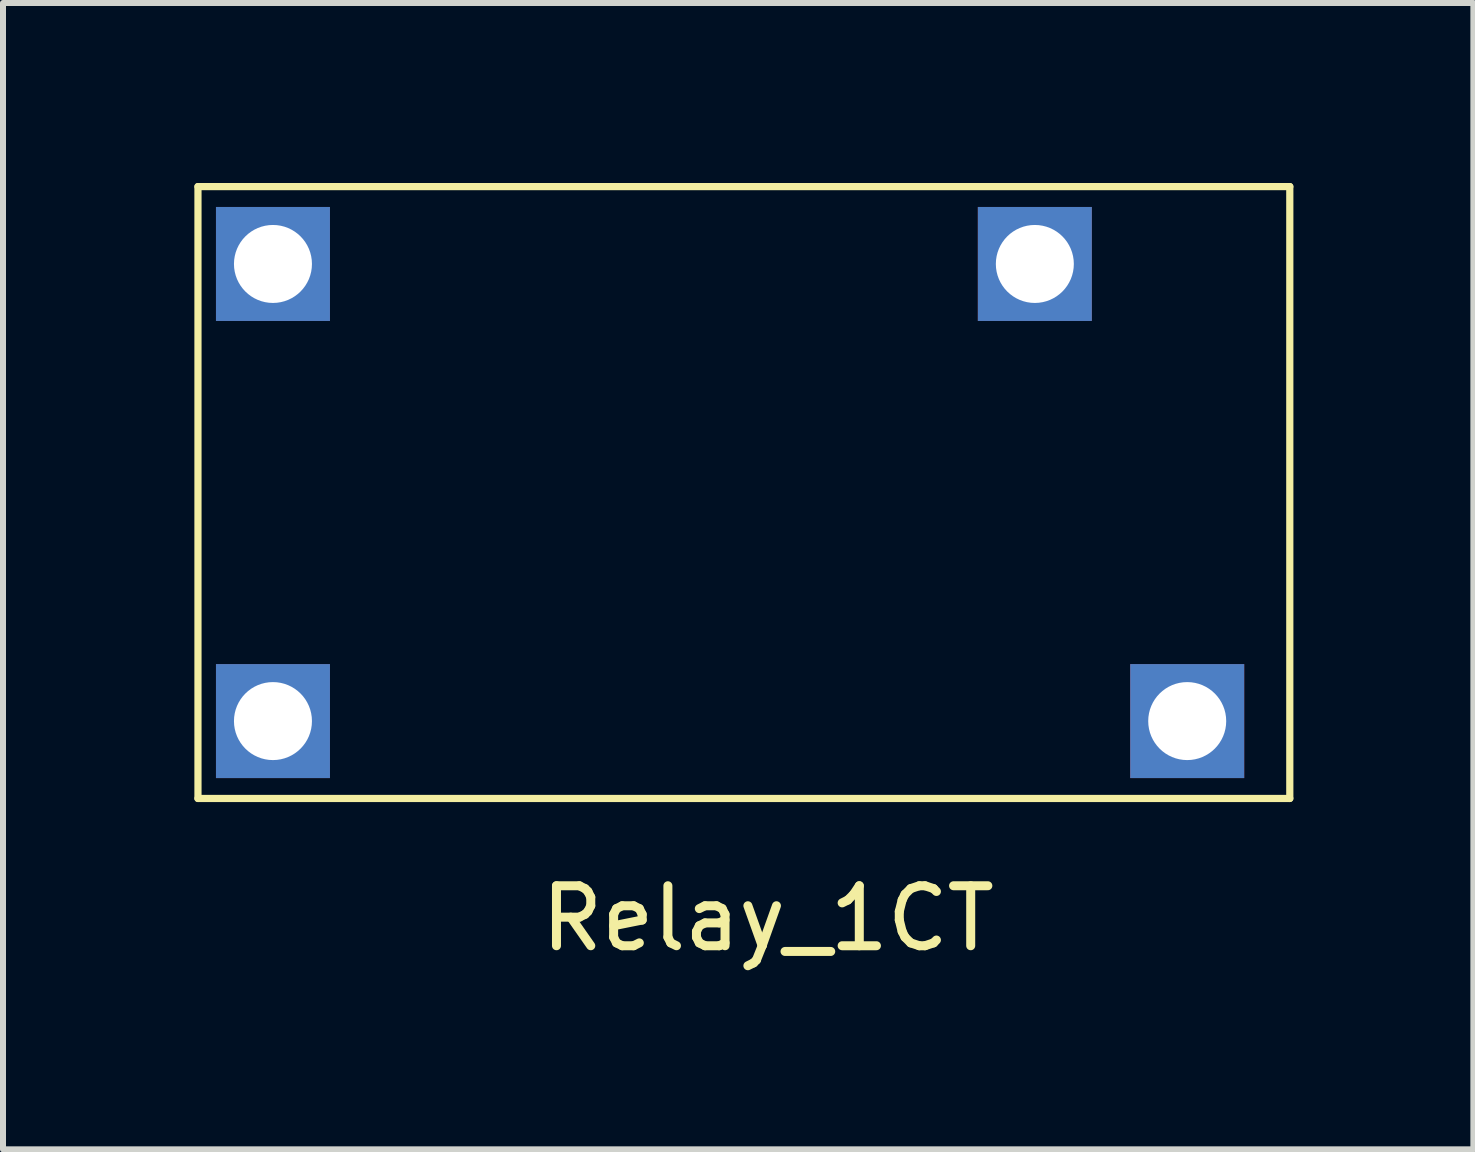
<source format=kicad_pcb>
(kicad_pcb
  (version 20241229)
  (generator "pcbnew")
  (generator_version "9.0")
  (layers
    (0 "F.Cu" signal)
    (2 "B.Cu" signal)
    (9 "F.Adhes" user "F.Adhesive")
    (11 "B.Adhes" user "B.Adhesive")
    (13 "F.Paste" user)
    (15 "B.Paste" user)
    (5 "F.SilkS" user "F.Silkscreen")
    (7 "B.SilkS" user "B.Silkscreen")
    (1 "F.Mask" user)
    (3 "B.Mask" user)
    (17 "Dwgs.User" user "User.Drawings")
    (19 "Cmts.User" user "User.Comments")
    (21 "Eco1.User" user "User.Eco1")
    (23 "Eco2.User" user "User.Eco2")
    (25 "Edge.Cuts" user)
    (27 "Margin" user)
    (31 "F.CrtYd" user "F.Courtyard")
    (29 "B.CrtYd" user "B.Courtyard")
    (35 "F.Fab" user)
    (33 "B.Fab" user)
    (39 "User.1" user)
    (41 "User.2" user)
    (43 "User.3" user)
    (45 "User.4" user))
  (footprint "Relay_1CT"
    (layer "F.Cu")
    (at 0.25 10.26)
    (property "Reference" "Relay_1CT" (at 9.5 2 0) (layer "F.SilkS") (effects (font (size 1 1) (thickness 0.15))))
    (attr through_hole)
    (fp_line (start 0 -10.2) (end 18.2 -10.2) (stroke (width 0.12) (type solid)) (layer "F.SilkS"))
    (fp_line (start 0 0) (end 0 -10.2) (stroke (width 0.12) (type solid)) (layer "F.SilkS"))
    (fp_line (start 0 0) (end 18.2 0) (stroke (width 0.12) (type solid)) (layer "F.SilkS"))
    (fp_line (start 18.2 -10.2) (end 18.2 0) (stroke (width 0.12) (type solid)) (layer "F.SilkS"))
    (pad "b1" thru_hole custom (at 1.25 -1.29) (size 1.9 1.9) (drill 1.3) (layers "*.Cu" "*.Mask") (options (anchor rect)) (primitives))
    (pad "b2" thru_hole custom (at 1.25 -8.91) (size 1.9 1.9) (drill 1.3) (layers "*.Cu" "*.Mask") (options (anchor rect)) (primitives))
    (pad "c1" thru_hole custom (at 16.49 -1.29) (size 1.9 1.9) (drill 1.3) (layers "*.Cu" "*.Mask") (options (anchor rect)) (primitives))
    (pad "c2" thru_hole custom (at 13.95 -8.91) (size 1.9 1.9) (drill 1.3) (layers "*.Cu" "*.Mask") (options (anchor rect)) (primitives)))
  (gr_rect
    (start -3 -3)
    (end 21.51 16.108)
    (stroke (width 0.1) (type default))
    (fill no)
    (layer "Edge.Cuts")))
</source>
